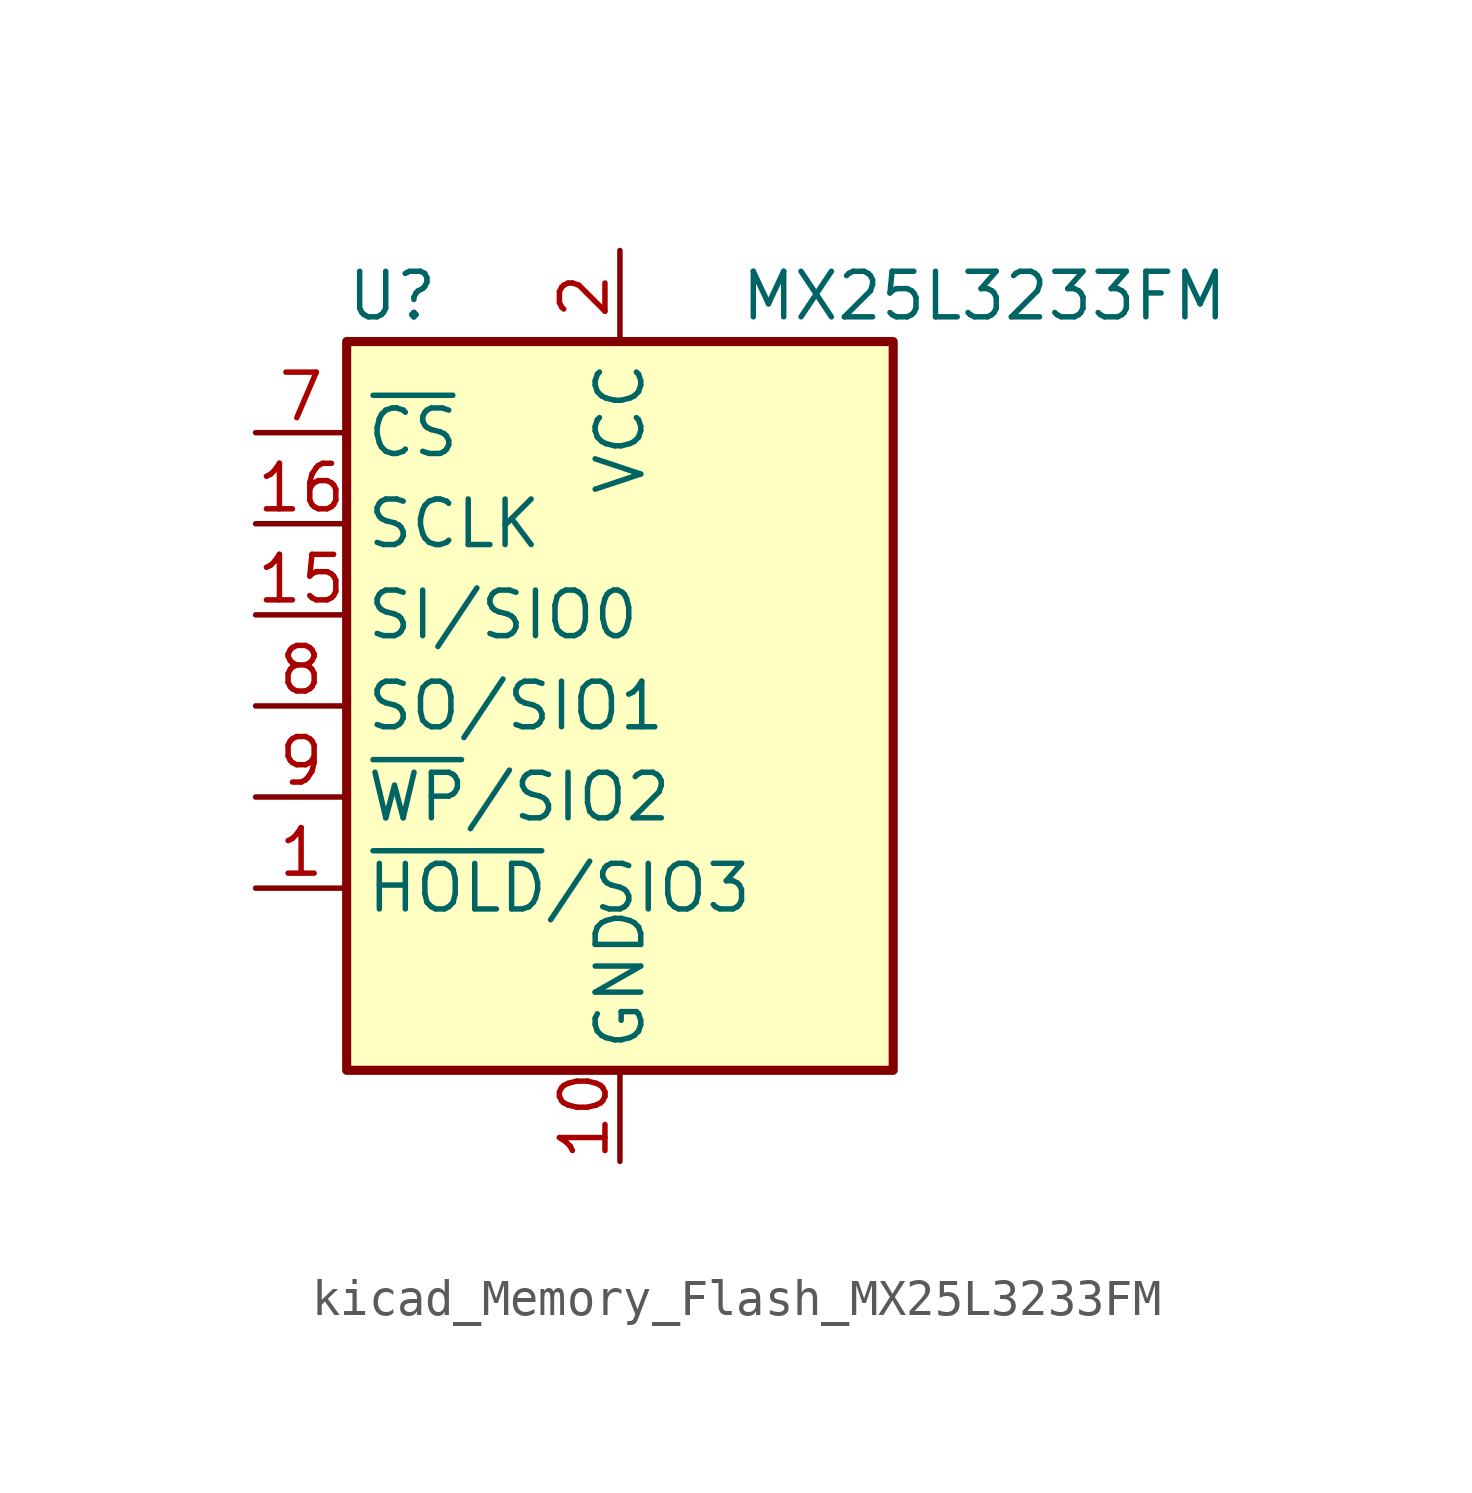
<source format=kicad_sym>
(kicad_symbol_lib
  (version 20220914)
  (generator kicad_symbol_editor)
  (symbol "kicad_Memory_Flash_MX25L3233FM"
    (property "Reference" "U"
      (at -6.35 11.43 0)
      (effects (font (size 1.27 1.27))))
    (property "Value" "MX25L3233FM"
      (at 10.16 11.43 0)
      (effects (font (size 1.27 1.27))))
    (symbol "kicad_Memory_Flash_MX25L3233FM_0_1"
      (rectangle (start -7.62 10.16) (end 7.62 -10.16) (stroke (width 0.254) (type default)) (fill (type background))))
    (symbol "kicad_Memory_Flash_MX25L3233FM_1_1"
      (pin bidirectional line (at -10.16 -5.08 0) (length 2.54) (name "~{HOLD}/SIO3" (effects (font (size 1.27 1.27)))) (number "1" (effects (font (size 1.27 1.27)))))
      (pin power_in line (at 0 -12.7 90) (length 2.54) (name "GND" (effects (font (size 1.27 1.27)))) (number "10" (effects (font (size 1.27 1.27)))))
      (pin bidirectional line (at -10.16 2.54 0) (length 2.54) (name "SI/SIO0" (effects (font (size 1.27 1.27)))) (number "15" (effects (font (size 1.27 1.27)))))
      (pin input line (at -10.16 5.08 0) (length 2.54) (name "SCLK" (effects (font (size 1.27 1.27)))) (number "16" (effects (font (size 1.27 1.27)))))
      (pin power_in line (at 0 12.7 270) (length 2.54) (name "VCC" (effects (font (size 1.27 1.27)))) (number "2" (effects (font (size 1.27 1.27)))))
      (pin input line (at -10.16 7.62 0) (length 2.54) (name "~{CS}" (effects (font (size 1.27 1.27)))) (number "7" (effects (font (size 1.27 1.27)))))
      (pin bidirectional line (at -10.16 0 0) (length 2.54) (name "SO/SIO1" (effects (font (size 1.27 1.27)))) (number "8" (effects (font (size 1.27 1.27)))))
      (pin bidirectional line (at -10.16 -2.54 0) (length 2.54) (name "~{WP}/SIO2" (effects (font (size 1.27 1.27)))) (number "9" (effects (font (size 1.27 1.27))))))))
</source>
